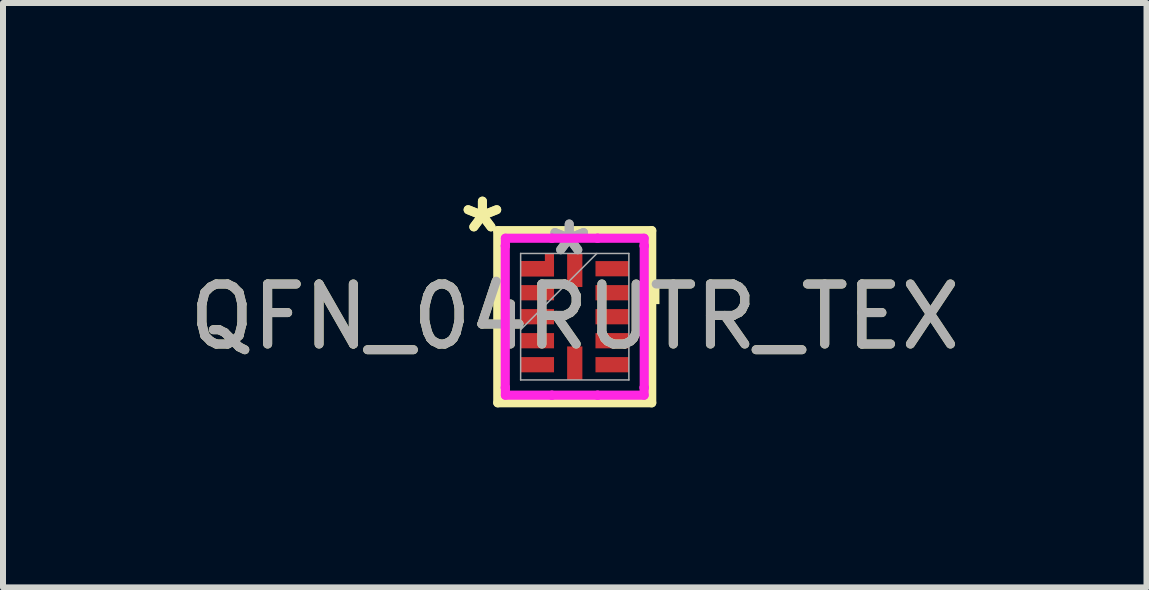
<source format=kicad_pcb>
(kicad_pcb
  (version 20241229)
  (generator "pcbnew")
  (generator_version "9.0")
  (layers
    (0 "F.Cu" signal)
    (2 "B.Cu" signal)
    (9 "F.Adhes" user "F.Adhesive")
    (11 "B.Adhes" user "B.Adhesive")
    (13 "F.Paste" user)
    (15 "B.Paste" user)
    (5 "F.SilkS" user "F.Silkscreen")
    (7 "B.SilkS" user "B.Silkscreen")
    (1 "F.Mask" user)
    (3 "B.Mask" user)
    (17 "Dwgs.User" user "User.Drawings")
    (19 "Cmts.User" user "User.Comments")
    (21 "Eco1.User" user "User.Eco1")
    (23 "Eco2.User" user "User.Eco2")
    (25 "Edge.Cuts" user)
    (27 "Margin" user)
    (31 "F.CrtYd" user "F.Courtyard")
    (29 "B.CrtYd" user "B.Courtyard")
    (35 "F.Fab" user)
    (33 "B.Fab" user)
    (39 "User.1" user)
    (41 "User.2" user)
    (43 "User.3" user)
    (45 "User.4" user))
  (footprint "QFN_04RUTR_TEX"
    (layer "F.Cu")
    (at 6.53 2.229)
    (property "Reference" "QFN_04RUTR_TEX" (at 0 0 0) (unlocked yes) (layer "F.SilkS") (effects (font (size 1 1) (thickness 0.15))))
    (attr smd)
    (fp_poly (pts (xy -0.904 -0.673) (xy -0.346 -0.673) (xy -0.346 -1.054) (xy -0.498 -1.054) (xy -0.498 -0.927) (xy -0.904 -0.927)) (stroke (width 0) (type solid)) (fill yes) (layer "F.Cu"))
    (fp_poly (pts (xy -0.904 -0.673) (xy -0.346 -0.673) (xy -0.346 -1.054) (xy -0.498 -1.054) (xy -0.498 -0.927) (xy -0.904 -0.927)) (stroke (width 0) (type solid)) (fill yes) (layer "F.Mask"))
    (fp_line (start -1.283 -1.435) (end -1.283 1.435) (stroke (width 0.152) (type solid)) (layer "F.SilkS"))
    (fp_line (start -1.283 1.435) (end 1.283 1.435) (stroke (width 0.152) (type solid)) (layer "F.SilkS"))
    (fp_line (start 1.283 -1.435) (end -1.283 -1.435) (stroke (width 0.152) (type solid)) (layer "F.SilkS"))
    (fp_line (start 1.283 1.435) (end 1.283 -1.435) (stroke (width 0.152) (type solid)) (layer "F.SilkS"))
    (fp_poly (pts (xy 1.412 -0.591) (xy 1.412 -0.21) (xy 1.158 -0.21) (xy 1.158 -0.591)) (stroke (width 0) (type solid)) (fill yes) (layer "F.SilkS"))
    (fp_poly (pts (xy -0.904 -0.673) (xy -0.346 -0.673) (xy -0.346 -1.054) (xy -0.498 -1.054) (xy -0.498 -0.927) (xy -0.904 -0.927)) (stroke (width 0) (type solid)) (fill yes) (layer "F.Paste"))
    (fp_line (start -1.158 -1.181) (end -1.156 -1.181) (stroke (width 0.152) (type solid)) (layer "F.CrtYd"))
    (fp_line (start -1.158 1.181) (end -1.158 -1.181) (stroke (width 0.152) (type solid)) (layer "F.CrtYd"))
    (fp_line (start -1.156 -1.308) (end -0.381 -1.308) (stroke (width 0.152) (type solid)) (layer "F.CrtYd"))
    (fp_line (start -1.156 -1.181) (end -1.156 -1.308) (stroke (width 0.152) (type solid)) (layer "F.CrtYd"))
    (fp_line (start -1.156 1.181) (end -1.158 1.181) (stroke (width 0.152) (type solid)) (layer "F.CrtYd"))
    (fp_line (start -1.156 1.308) (end -1.156 1.181) (stroke (width 0.152) (type solid)) (layer "F.CrtYd"))
    (fp_line (start -0.381 -1.308) (end 0.381 -1.308) (stroke (width 0.152) (type solid)) (layer "F.CrtYd"))
    (fp_line (start -0.381 -1.308) (end -0.381 -1.308) (stroke (width 0.152) (type solid)) (layer "F.CrtYd"))
    (fp_line (start -0.381 1.308) (end -1.156 1.308) (stroke (width 0.152) (type solid)) (layer "F.CrtYd"))
    (fp_line (start -0.381 1.308) (end -0.381 1.308) (stroke (width 0.152) (type solid)) (layer "F.CrtYd"))
    (fp_line (start 0.381 -1.308) (end 0.381 -1.308) (stroke (width 0.152) (type solid)) (layer "F.CrtYd"))
    (fp_line (start 0.381 -1.308) (end 1.156 -1.308) (stroke (width 0.152) (type solid)) (layer "F.CrtYd"))
    (fp_line (start 0.381 1.308) (end 0.381 1.308) (stroke (width 0.152) (type solid)) (layer "F.CrtYd"))
    (fp_line (start 0.381 1.308) (end -0.381 1.308) (stroke (width 0.152) (type solid)) (layer "F.CrtYd"))
    (fp_line (start 1.156 -1.308) (end 1.156 -1.181) (stroke (width 0.152) (type solid)) (layer "F.CrtYd"))
    (fp_line (start 1.156 -1.181) (end 1.158 -1.181) (stroke (width 0.152) (type solid)) (layer "F.CrtYd"))
    (fp_line (start 1.156 1.181) (end 1.156 1.308) (stroke (width 0.152) (type solid)) (layer "F.CrtYd"))
    (fp_line (start 1.156 1.308) (end 0.381 1.308) (stroke (width 0.152) (type solid)) (layer "F.CrtYd"))
    (fp_line (start 1.158 -1.181) (end 1.158 1.181) (stroke (width 0.152) (type solid)) (layer "F.CrtYd"))
    (fp_line (start 1.158 1.181) (end 1.156 1.181) (stroke (width 0.152) (type solid)) (layer "F.CrtYd"))
    (fp_line (start -0.902 -1.054) (end -0.902 1.054) (stroke (width 0.025) (type solid)) (layer "F.Fab"))
    (fp_line (start -0.902 0.216) (end 0.368 -1.054) (stroke (width 0.025) (type solid)) (layer "F.Fab"))
    (fp_line (start -0.902 1.054) (end 0.902 1.054) (stroke (width 0.025) (type solid)) (layer "F.Fab"))
    (fp_line (start 0.902 -1.054) (end -0.902 -1.054) (stroke (width 0.025) (type solid)) (layer "F.Fab"))
    (fp_line (start 0.902 1.054) (end 0.902 -1.054) (stroke (width 0.025) (type solid)) (layer "F.Fab"))
    (fp_text user "*" (at -1.539 -1.381 0) (unlocked yes) (layer "F.SilkS") (effects (font (size 1 1) (thickness 0.15))))
    (fp_text user "*" (at -1.539 -1.381 0) (layer "F.SilkS") (effects (font (size 1 1) (thickness 0.15))))
    (fp_text user "${REFERENCE}" (at 0 0 0) (unlocked yes) (layer "F.Fab") (effects (font (size 1 1) (thickness 0.15))))
    (fp_text user "*" (at -0.092 -1 0) (layer "F.Fab") (effects (font (size 1 1) (thickness 0.15))))
    (fp_text user "*" (at -0.092 -1 0) (unlocked yes) (layer "F.Fab") (effects (font (size 1 1) (thickness 0.15))))
    (pad "1" smd rect (at -0.625 -0.8 90) (size 0.254 0.559) (layers "F.Cu" "F.Mask" "F.Paste"))
    (pad "2" smd rect (at -0.625 -0.4 90) (size 0.254 0.559) (layers "F.Cu" "F.Mask" "F.Paste"))
    (pad "3" smd rect (at -0.625 0 90) (size 0.254 0.559) (layers "F.Cu" "F.Mask" "F.Paste"))
    (pad "4" smd rect (at -0.625 0.4 90) (size 0.254 0.559) (layers "F.Cu" "F.Mask" "F.Paste"))
    (pad "5" smd rect (at -0.625 0.8 90) (size 0.254 0.559) (layers "F.Cu" "F.Mask" "F.Paste"))
    (pad "6" smd rect (at 0 0.775) (size 0.254 0.559) (layers "F.Cu" "F.Mask" "F.Paste"))
    (pad "7" smd rect (at 0.625 0.8 90) (size 0.254 0.559) (layers "F.Cu" "F.Mask" "F.Paste"))
    (pad "8" smd rect (at 0.625 0.4 90) (size 0.254 0.559) (layers "F.Cu" "F.Mask" "F.Paste"))
    (pad "9" smd rect (at 0.625 0 90) (size 0.254 0.559) (layers "F.Cu" "F.Mask" "F.Paste"))
    (pad "10" smd rect (at 0.625 -0.4 90) (size 0.254 0.559) (layers "F.Cu" "F.Mask" "F.Paste"))
    (pad "11" smd rect (at 0.625 -0.8 90) (size 0.254 0.559) (layers "F.Cu" "F.Mask" "F.Paste"))
    (pad "12" smd rect (at 0 -0.775) (size 0.254 0.559) (layers "F.Cu" "F.Mask" "F.Paste")))
  (gr_rect
    (start -3 -3)
    (end 16.06 6.741)
    (stroke (width 0.1) (type default))
    (fill no)
    (layer "Edge.Cuts")))
</source>
